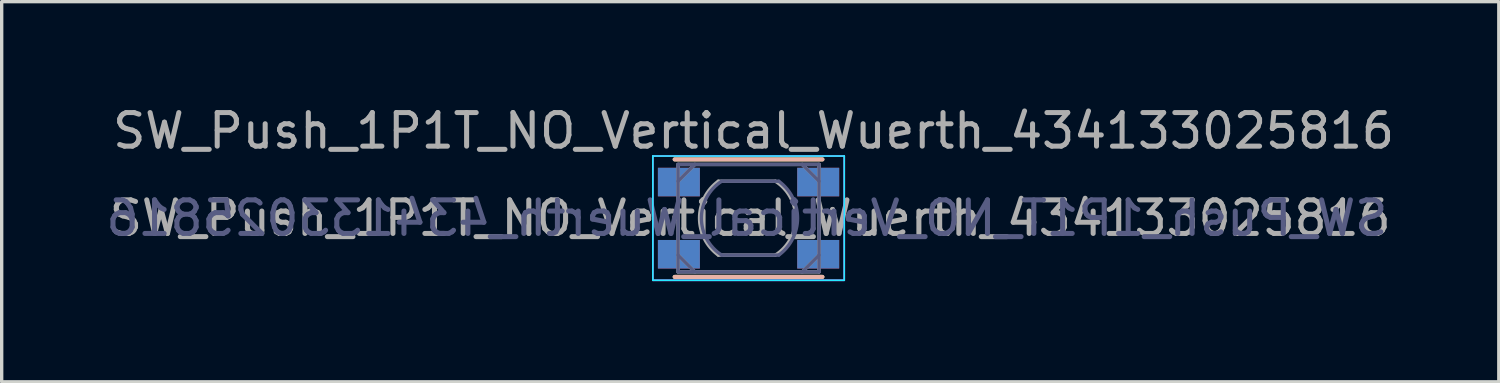
<source format=kicad_pcb>
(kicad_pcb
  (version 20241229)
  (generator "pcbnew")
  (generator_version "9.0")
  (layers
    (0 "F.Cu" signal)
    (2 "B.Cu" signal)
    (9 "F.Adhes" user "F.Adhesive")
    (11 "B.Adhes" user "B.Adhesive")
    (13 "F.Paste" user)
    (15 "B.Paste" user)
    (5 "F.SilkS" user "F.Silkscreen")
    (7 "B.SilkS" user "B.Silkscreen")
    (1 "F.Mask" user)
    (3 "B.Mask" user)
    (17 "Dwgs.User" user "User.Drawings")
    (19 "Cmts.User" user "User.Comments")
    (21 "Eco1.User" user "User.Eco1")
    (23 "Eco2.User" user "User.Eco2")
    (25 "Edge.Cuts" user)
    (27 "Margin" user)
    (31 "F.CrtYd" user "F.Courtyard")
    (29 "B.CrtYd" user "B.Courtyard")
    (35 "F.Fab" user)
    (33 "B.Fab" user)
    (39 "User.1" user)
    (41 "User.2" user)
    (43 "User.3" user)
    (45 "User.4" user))
  (footprint "SW_Push_1P1T_NO_Vertical_Wuerth_434133025816"
    (layer "F.Cu")
    (at 19.246 3.448)
    (property "Reference" "SW_Push_1P1T_NO_Vertical_Wuerth_434133025816" (at 0.15 -2.6 0) (layer "F.Fab") (effects (font (size 1 1) (thickness 0.15))))
    (attr smd)
    (fp_line (start -2.2 0.05) (end -2.2 -0.05) (stroke (width 0.12) (type solid)) (layer "F.SilkS"))
    (fp_line (start -2.2 1.75) (end 2.2 1.75) (stroke (width 0.12) (type solid)) (layer "F.SilkS"))
    (fp_line (start 2.2 -1.75) (end -2.2 -1.75) (stroke (width 0.12) (type solid)) (layer "F.SilkS"))
    (fp_line (start 2.2 0.05) (end 2.2 -0.05) (stroke (width 0.12) (type solid)) (layer "F.SilkS"))
    (fp_line (start -2.2 -1.75) (end 2.2 -1.75) (stroke (width 0.12) (type solid)) (layer "B.SilkS"))
    (fp_line (start -2.2 0.05) (end -2.2 -0.05) (stroke (width 0.12) (type solid)) (layer "B.SilkS"))
    (fp_line (start 2.2 0.05) (end 2.2 -0.05) (stroke (width 0.12) (type solid)) (layer "B.SilkS"))
    (fp_line (start 2.2 1.75) (end -2.2 1.75) (stroke (width 0.12) (type solid)) (layer "B.SilkS"))
    (fp_line (start -2.85 -1.85) (end -2.85 1.85) (stroke (width 0.05) (type solid)) (layer "B.CrtYd"))
    (fp_line (start -2.85 1.85) (end 2.85 1.85) (stroke (width 0.05) (type solid)) (layer "B.CrtYd"))
    (fp_line (start 2.85 -1.85) (end -2.85 -1.85) (stroke (width 0.05) (type solid)) (layer "B.CrtYd"))
    (fp_line (start 2.85 1.85) (end 2.85 -1.85) (stroke (width 0.05) (type solid)) (layer "B.CrtYd"))
    (fp_line (start -2.85 -1.85) (end 2.85 -1.85) (stroke (width 0.05) (type solid)) (layer "F.CrtYd"))
    (fp_line (start -2.85 1.85) (end -2.85 -1.85) (stroke (width 0.05) (type solid)) (layer "F.CrtYd"))
    (fp_line (start 2.85 -1.85) (end 2.85 1.85) (stroke (width 0.05) (type solid)) (layer "F.CrtYd"))
    (fp_line (start 2.85 1.85) (end -2.85 1.85) (stroke (width 0.05) (type solid)) (layer "F.CrtYd"))
    (fp_line (start -2.1 -1.6) (end -2.1 1.6) (stroke (width 0.1) (type solid)) (layer "B.Fab"))
    (fp_line (start -2.1 1.6) (end 2.1 1.6) (stroke (width 0.1) (type solid)) (layer "B.Fab"))
    (fp_line (start -1.6 -1.6) (end -2.1 -1.1) (stroke (width 0.1) (type solid)) (layer "B.Fab"))
    (fp_line (start -1.6 1.6) (end -2.1 1.1) (stroke (width 0.1) (type solid)) (layer "B.Fab"))
    (fp_line (start -0.8 1.1) (end 0.9 1.1) (stroke (width 0.1) (type solid)) (layer "B.Fab"))
    (fp_line (start 0.9 -1.1) (end -0.8 -1.1) (stroke (width 0.1) (type solid)) (layer "B.Fab"))
    (fp_line (start 2.1 -1.6) (end -2.1 -1.6) (stroke (width 0.1) (type solid)) (layer "B.Fab"))
    (fp_line (start 2.1 -1.1) (end 1.6 -1.6) (stroke (width 0.1) (type solid)) (layer "B.Fab"))
    (fp_line (start 2.1 1.1) (end 1.6 1.6) (stroke (width 0.1) (type solid)) (layer "B.Fab"))
    (fp_line (start 2.1 1.6) (end 2.1 -1.6) (stroke (width 0.1) (type solid)) (layer "B.Fab"))
    (fp_arc (start -0.799999 1.099999) (mid -1.40384 0) (end -0.8 -1.099999) (stroke (width 0.1) (type solid)) (layer "B.Fab"))
    (fp_arc (start 0.9 -1.099999) (mid 1.460147 0) (end 0.9 1.099999) (stroke (width 0.1) (type solid)) (layer "B.Fab"))
    (fp_line (start -2.1 -1.6) (end 2.1 -1.6) (stroke (width 0.1) (type solid)) (layer "F.Fab"))
    (fp_line (start -2.1 -1.1) (end -1.6 -1.6) (stroke (width 0.1) (type solid)) (layer "F.Fab"))
    (fp_line (start -2.1 1.1) (end -1.6 1.6) (stroke (width 0.1) (type solid)) (layer "F.Fab"))
    (fp_line (start -2.1 1.6) (end -2.1 -1.6) (stroke (width 0.1) (type solid)) (layer "F.Fab"))
    (fp_line (start -0.9 -1.1) (end 0.8 -1.1) (stroke (width 0.1) (type solid)) (layer "F.Fab"))
    (fp_line (start 0.8 1.1) (end -0.9 1.1) (stroke (width 0.1) (type solid)) (layer "F.Fab"))
    (fp_line (start 1.6 -1.6) (end 2.1 -1.1) (stroke (width 0.1) (type solid)) (layer "F.Fab"))
    (fp_line (start 1.6 1.6) (end 2.1 1.1) (stroke (width 0.1) (type solid)) (layer "F.Fab"))
    (fp_line (start 2.1 -1.6) (end 2.1 1.6) (stroke (width 0.1) (type solid)) (layer "F.Fab"))
    (fp_line (start 2.1 1.6) (end -2.1 1.6) (stroke (width 0.1) (type solid)) (layer "F.Fab"))
    (fp_arc (start -0.9 1.099999) (mid -1.460147 0) (end -0.9 -1.099999) (stroke (width 0.1) (type solid)) (layer "F.Fab"))
    (fp_arc (start 0.8 -1.099999) (mid 1.40384 0) (end 0.799999 1.099999) (stroke (width 0.1) (type solid)) (layer "F.Fab"))
    (fp_text user "${REFERENCE}" (at -0.05 0 0) (layer "B.Fab") (effects (font (size 1 1) (thickness 0.15)) (justify mirror)))
    (fp_text user "${REFERENCE}" (at 0.05 0 0) (layer "F.Fab") (effects (font (size 1 1) (thickness 0.15))))
    (pad "1" smd rect (at -2.075 -1.075) (size 1.25 0.85) (layers "F.Cu" "F.Mask" "F.Paste"))
    (pad "1" smd rect (at -2.075 -1.075) (size 1.25 0.85) (layers "B.Cu" "B.Mask" "B.Paste"))
    (pad "1" smd rect (at 2.075 -1.075) (size 1.25 0.85) (layers "F.Cu" "F.Mask" "F.Paste"))
    (pad "1" smd rect (at 2.075 -1.075) (size 1.25 0.85) (layers "B.Cu" "B.Mask" "B.Paste"))
    (pad "2" smd rect (at -2.075 1.075) (size 1.25 0.85) (layers "F.Cu" "F.Mask" "F.Paste"))
    (pad "2" smd rect (at -2.075 1.075) (size 1.25 0.85) (layers "B.Cu" "B.Mask" "B.Paste"))
    (pad "2" smd rect (at 2.075 1.075) (size 1.25 0.85) (layers "F.Cu" "F.Mask" "F.Paste"))
    (pad "2" smd rect (at 2.075 1.075) (size 1.25 0.85) (layers "B.Cu" "B.Mask" "B.Paste")))
  (gr_rect
    (start -3 -3)
    (end 41.593 8.323)
    (stroke (width 0.1) (type default))
    (fill no)
    (layer "Edge.Cuts")))
</source>
